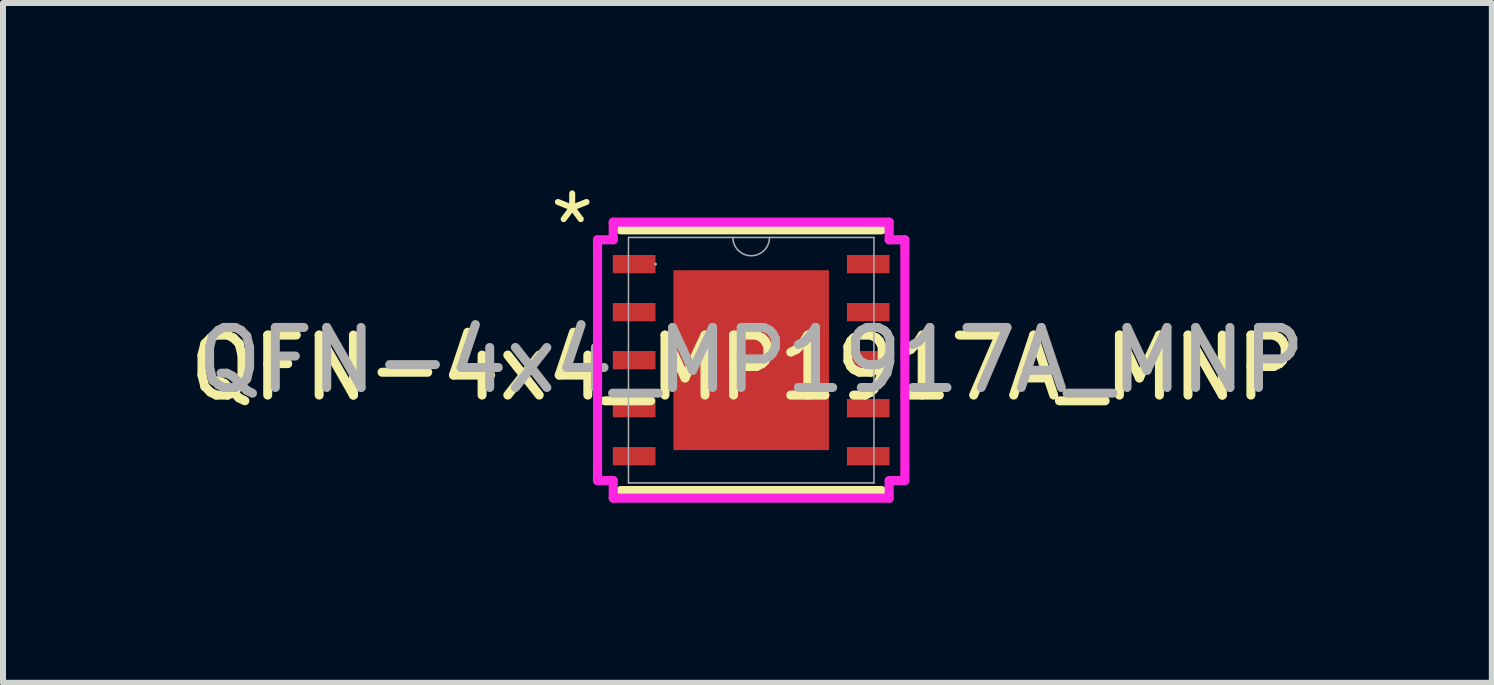
<source format=kicad_pcb>
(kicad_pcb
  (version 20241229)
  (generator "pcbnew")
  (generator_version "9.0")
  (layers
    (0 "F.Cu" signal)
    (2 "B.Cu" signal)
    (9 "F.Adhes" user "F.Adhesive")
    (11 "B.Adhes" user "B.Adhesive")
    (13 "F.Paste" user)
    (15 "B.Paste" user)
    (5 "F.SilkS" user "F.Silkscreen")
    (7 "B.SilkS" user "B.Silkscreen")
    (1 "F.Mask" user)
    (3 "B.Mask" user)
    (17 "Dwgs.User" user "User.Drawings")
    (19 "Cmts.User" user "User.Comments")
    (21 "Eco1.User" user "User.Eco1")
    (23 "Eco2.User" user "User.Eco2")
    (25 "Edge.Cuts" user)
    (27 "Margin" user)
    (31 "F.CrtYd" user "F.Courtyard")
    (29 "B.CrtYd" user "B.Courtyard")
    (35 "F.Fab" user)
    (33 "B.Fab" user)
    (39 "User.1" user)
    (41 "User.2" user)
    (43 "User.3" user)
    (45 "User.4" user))
  (footprint "QFN-4x4_MP1917A_MNP"
    (layer "F.Cu")
    (at 9.466 2.951)
    (property "Reference" "QFN-4x4_MP1917A_MNP" (at -0.127 0.127 0) (unlocked yes) (layer "F.SilkS") (effects (font (size 1 1) (thickness 0.15))))
    (attr smd)
    (fp_line (start -2.172 2.172) (end 2.172 2.172) (stroke (width 0.152) (type solid)) (layer "F.SilkS"))
    (fp_line (start 2.172 -2.172) (end -2.172 -2.172) (stroke (width 0.152) (type solid)) (layer "F.SilkS"))
    (fp_poly (pts (xy -1.195 -1.399) (xy -1.195 -0.1) (xy -0.1 -0.1) (xy -0.1 -1.399)) (stroke (width 0) (type solid)) (fill yes) (layer "F.Paste"))
    (fp_poly (pts (xy -1.195 0.1) (xy -1.195 1.399) (xy -0.1 1.399) (xy -0.1 0.1)) (stroke (width 0) (type solid)) (fill yes) (layer "F.Paste"))
    (fp_poly (pts (xy 0.1 -1.399) (xy 0.1 -0.1) (xy 1.195 -0.1) (xy 1.195 -1.399)) (stroke (width 0) (type solid)) (fill yes) (layer "F.Paste"))
    (fp_poly (pts (xy 0.1 0.1) (xy 0.1 1.399) (xy 1.195 1.399) (xy 1.195 0.1)) (stroke (width 0) (type solid)) (fill yes) (layer "F.Paste"))
    (fp_line (start -2.56 -2.006) (end -2.299 -2.006) (stroke (width 0.152) (type solid)) (layer "F.CrtYd"))
    (fp_line (start -2.56 2.006) (end -2.56 -2.006) (stroke (width 0.152) (type solid)) (layer "F.CrtYd"))
    (fp_line (start -2.56 2.006) (end -2.299 2.006) (stroke (width 0.152) (type solid)) (layer "F.CrtYd"))
    (fp_line (start -2.299 -2.299) (end 2.299 -2.299) (stroke (width 0.152) (type solid)) (layer "F.CrtYd"))
    (fp_line (start -2.299 -2.006) (end -2.299 -2.299) (stroke (width 0.152) (type solid)) (layer "F.CrtYd"))
    (fp_line (start -2.299 2.299) (end -2.299 2.006) (stroke (width 0.152) (type solid)) (layer "F.CrtYd"))
    (fp_line (start 2.299 -2.299) (end 2.299 -2.006) (stroke (width 0.152) (type solid)) (layer "F.CrtYd"))
    (fp_line (start 2.299 2.006) (end 2.299 2.299) (stroke (width 0.152) (type solid)) (layer "F.CrtYd"))
    (fp_line (start 2.299 2.299) (end -2.299 2.299) (stroke (width 0.152) (type solid)) (layer "F.CrtYd"))
    (fp_line (start 2.56 -2.006) (end 2.299 -2.006) (stroke (width 0.152) (type solid)) (layer "F.CrtYd"))
    (fp_line (start 2.56 -2.006) (end 2.56 2.006) (stroke (width 0.152) (type solid)) (layer "F.CrtYd"))
    (fp_line (start 2.56 2.006) (end 2.299 2.006) (stroke (width 0.152) (type solid)) (layer "F.CrtYd"))
    (fp_line (start -2.045 -2.045) (end -2.045 2.045) (stroke (width 0.025) (type solid)) (layer "F.Fab"))
    (fp_line (start -2.045 2.045) (end 2.045 2.045) (stroke (width 0.025) (type solid)) (layer "F.Fab"))
    (fp_line (start 2.045 -2.045) (end -2.045 -2.045) (stroke (width 0.025) (type solid)) (layer "F.Fab"))
    (fp_line (start 2.045 2.045) (end 2.045 -2.045) (stroke (width 0.025) (type solid)) (layer "F.Fab"))
    (fp_arc (start 0.3048 -2.0447) (mid 0 -1.7399) (end -0.3048 -2.0447) (stroke (width 0.0254) (type solid)) (layer "F.Fab"))
    (fp_circle (center -1.594 -1.6) (end -1.594 -1.6) (stroke (width 0.025) (type solid)) (fill no) (layer "F.Fab"))
    (fp_text user "*" (at -3.429 -1.651 0) (unlocked yes) (layer "F.SilkS") (effects (font (size 1 1) (thickness 0.1)) (justify left bottom)))
    (fp_text user "${REFERENCE}" (at 0 0 0) (unlocked yes) (layer "F.Fab") (effects (font (size 1 1) (thickness 0.15))))
    (pad "1" smd rect (at -1.95 -1.6) (size 0.711 0.305) (layers "F.Cu" "F.Mask" "F.Paste"))
    (pad "2" smd rect (at -1.95 -0.8) (size 0.711 0.305) (layers "F.Cu" "F.Mask" "F.Paste"))
    (pad "3" smd rect (at -1.95 0) (size 0.711 0.305) (layers "F.Cu" "F.Mask" "F.Paste"))
    (pad "4" smd rect (at -1.95 0.8) (size 0.711 0.305) (layers "F.Cu" "F.Mask" "F.Paste"))
    (pad "5" smd rect (at -1.95 1.6) (size 0.711 0.305) (layers "F.Cu" "F.Mask" "F.Paste"))
    (pad "6" smd rect (at 1.95 1.6) (size 0.711 0.305) (layers "F.Cu" "F.Mask" "F.Paste"))
    (pad "7" smd rect (at 1.95 0.8) (size 0.711 0.305) (layers "F.Cu" "F.Mask" "F.Paste"))
    (pad "8" smd rect (at 1.95 0) (size 0.711 0.305) (layers "F.Cu" "F.Mask" "F.Paste"))
    (pad "9" smd rect (at 1.95 -0.8) (size 0.711 0.305) (layers "F.Cu" "F.Mask" "F.Paste"))
    (pad "10" smd rect (at 1.95 -1.6) (size 0.711 0.305) (layers "F.Cu" "F.Mask" "F.Paste"))
    (pad "11" smd rect (at 0 0) (size 2.591 2.997) (layers "F.Cu" "F.Mask")))
  (gr_rect
    (start -3 -3)
    (end 21.806 8.326)
    (stroke (width 0.1) (type default))
    (fill no)
    (layer "Edge.Cuts")))
</source>
